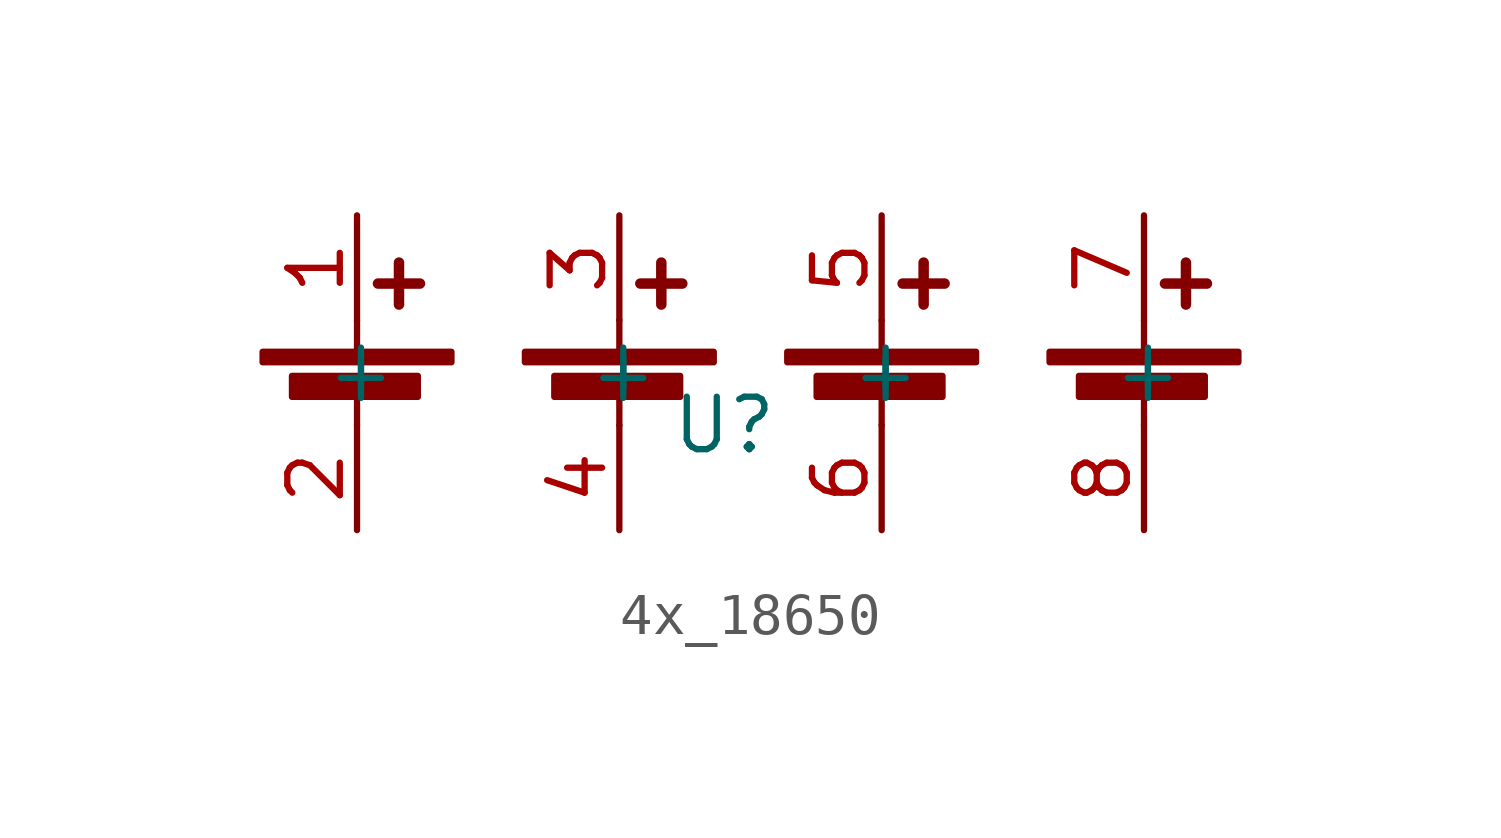
<source format=kicad_sym>
(kicad_symbol_lib
  (version 20220914)
  (generator kicad_symbol_editor)
  (symbol "4x_18650"
    (property "Reference" "U"
      (at 5.08 -1.27 0)
      (effects (font (size 1.27 1.27))))
    (property "Value" ""
      (at 0 0 0)
      (effects (font (size 1.27 1.27))))
    (symbol "4x_18650_0_1"
      (rectangle (start -6.096 0.508) (end -1.524 0.254) (stroke (width 0) (type default)) (fill (type outline)))
      (rectangle (start -5.385 -0.076) (end -2.337 -0.584) (stroke (width 0) (type default)) (fill (type outline)))
      (polyline (pts (xy -3.81 -0.508) (xy -3.81 -1.27)) (stroke (width 0) (type default)) (fill (type none)))
      (polyline (pts (xy -3.81 0.508) (xy -3.81 1.27)) (stroke (width 0) (type default)) (fill (type none)))
      (polyline (pts (xy -3.302 2.159) (xy -2.286 2.159)) (stroke (width 0.254) (type default)) (fill (type none)))
      (polyline (pts (xy -2.794 2.667) (xy -2.794 1.651)) (stroke (width 0.254) (type default)) (fill (type none)))
      (polyline (pts (xy 2.54 -0.508) (xy 2.54 -1.27)) (stroke (width 0) (type default)) (fill (type none)))
      (polyline (pts (xy 2.54 0.508) (xy 2.54 1.27)) (stroke (width 0) (type default)) (fill (type none)))
      (polyline (pts (xy 3.048 2.159) (xy 4.064 2.159)) (stroke (width 0.254) (type default)) (fill (type none)))
      (polyline (pts (xy 3.556 2.667) (xy 3.556 1.651)) (stroke (width 0.254) (type default)) (fill (type none)))
      (polyline (pts (xy 8.89 -0.508) (xy 8.89 -1.27)) (stroke (width 0) (type default)) (fill (type none)))
      (polyline (pts (xy 8.89 0.508) (xy 8.89 1.27)) (stroke (width 0) (type default)) (fill (type none)))
      (polyline (pts (xy 9.398 2.159) (xy 10.414 2.159)) (stroke (width 0.254) (type default)) (fill (type none)))
      (polyline (pts (xy 9.906 2.667) (xy 9.906 1.651)) (stroke (width 0.254) (type default)) (fill (type none)))
      (polyline (pts (xy 15.24 -0.508) (xy 15.24 -1.27)) (stroke (width 0) (type default)) (fill (type none)))
      (polyline (pts (xy 15.24 0.508) (xy 15.24 1.27)) (stroke (width 0) (type default)) (fill (type none)))
      (polyline (pts (xy 15.748 2.159) (xy 16.764 2.159)) (stroke (width 0.254) (type default)) (fill (type none)))
      (polyline (pts (xy 16.256 2.667) (xy 16.256 1.651)) (stroke (width 0.254) (type default)) (fill (type none)))
      (rectangle (start 0.254 0.508) (end 4.826 0.254) (stroke (width 0) (type default)) (fill (type outline)))
      (rectangle (start 0.965 -0.076) (end 4.013 -0.584) (stroke (width 0) (type default)) (fill (type outline)))
      (rectangle (start 6.604 0.508) (end 11.176 0.254) (stroke (width 0) (type default)) (fill (type outline)))
      (rectangle (start 7.315 -0.076) (end 10.363 -0.584) (stroke (width 0) (type default)) (fill (type outline)))
      (rectangle (start 12.954 0.508) (end 17.526 0.254) (stroke (width 0) (type default)) (fill (type outline)))
      (rectangle (start 13.665 -0.076) (end 16.713 -0.584) (stroke (width 0) (type default)) (fill (type outline))))
    (symbol "4x_18650_1_1"
      (pin passive line (at -3.81 3.81 270) (length 2.54) (name "+" (effects (font (size 1.27 1.27)))) (number "1" (effects (font (size 1.27 1.27)))))
      (pin passive line (at -3.81 -3.81 90) (length 2.54) (name "-" (effects (font (size 1.27 1.27)))) (number "2" (effects (font (size 1.27 1.27)))))
      (pin passive line (at 2.54 3.81 270) (length 2.54) (name "+" (effects (font (size 1.27 1.27)))) (number "3" (effects (font (size 1.27 1.27)))))
      (pin passive line (at 2.54 -3.81 90) (length 2.54) (name "-" (effects (font (size 1.27 1.27)))) (number "4" (effects (font (size 1.27 1.27)))))
      (pin passive line (at 8.89 3.81 270) (length 2.54) (name "+" (effects (font (size 1.27 1.27)))) (number "5" (effects (font (size 1.27 1.27)))))
      (pin passive line (at 8.89 -3.81 90) (length 2.54) (name "-" (effects (font (size 1.27 1.27)))) (number "6" (effects (font (size 1.27 1.27)))))
      (pin passive line (at 15.24 3.81 270) (length 2.54) (name "+" (effects (font (size 1.27 1.27)))) (number "7" (effects (font (size 1.27 1.27)))))
      (pin passive line (at 15.24 -3.81 90) (length 2.54) (name "-" (effects (font (size 1.27 1.27)))) (number "8" (effects (font (size 1.27 1.27))))))))
</source>
